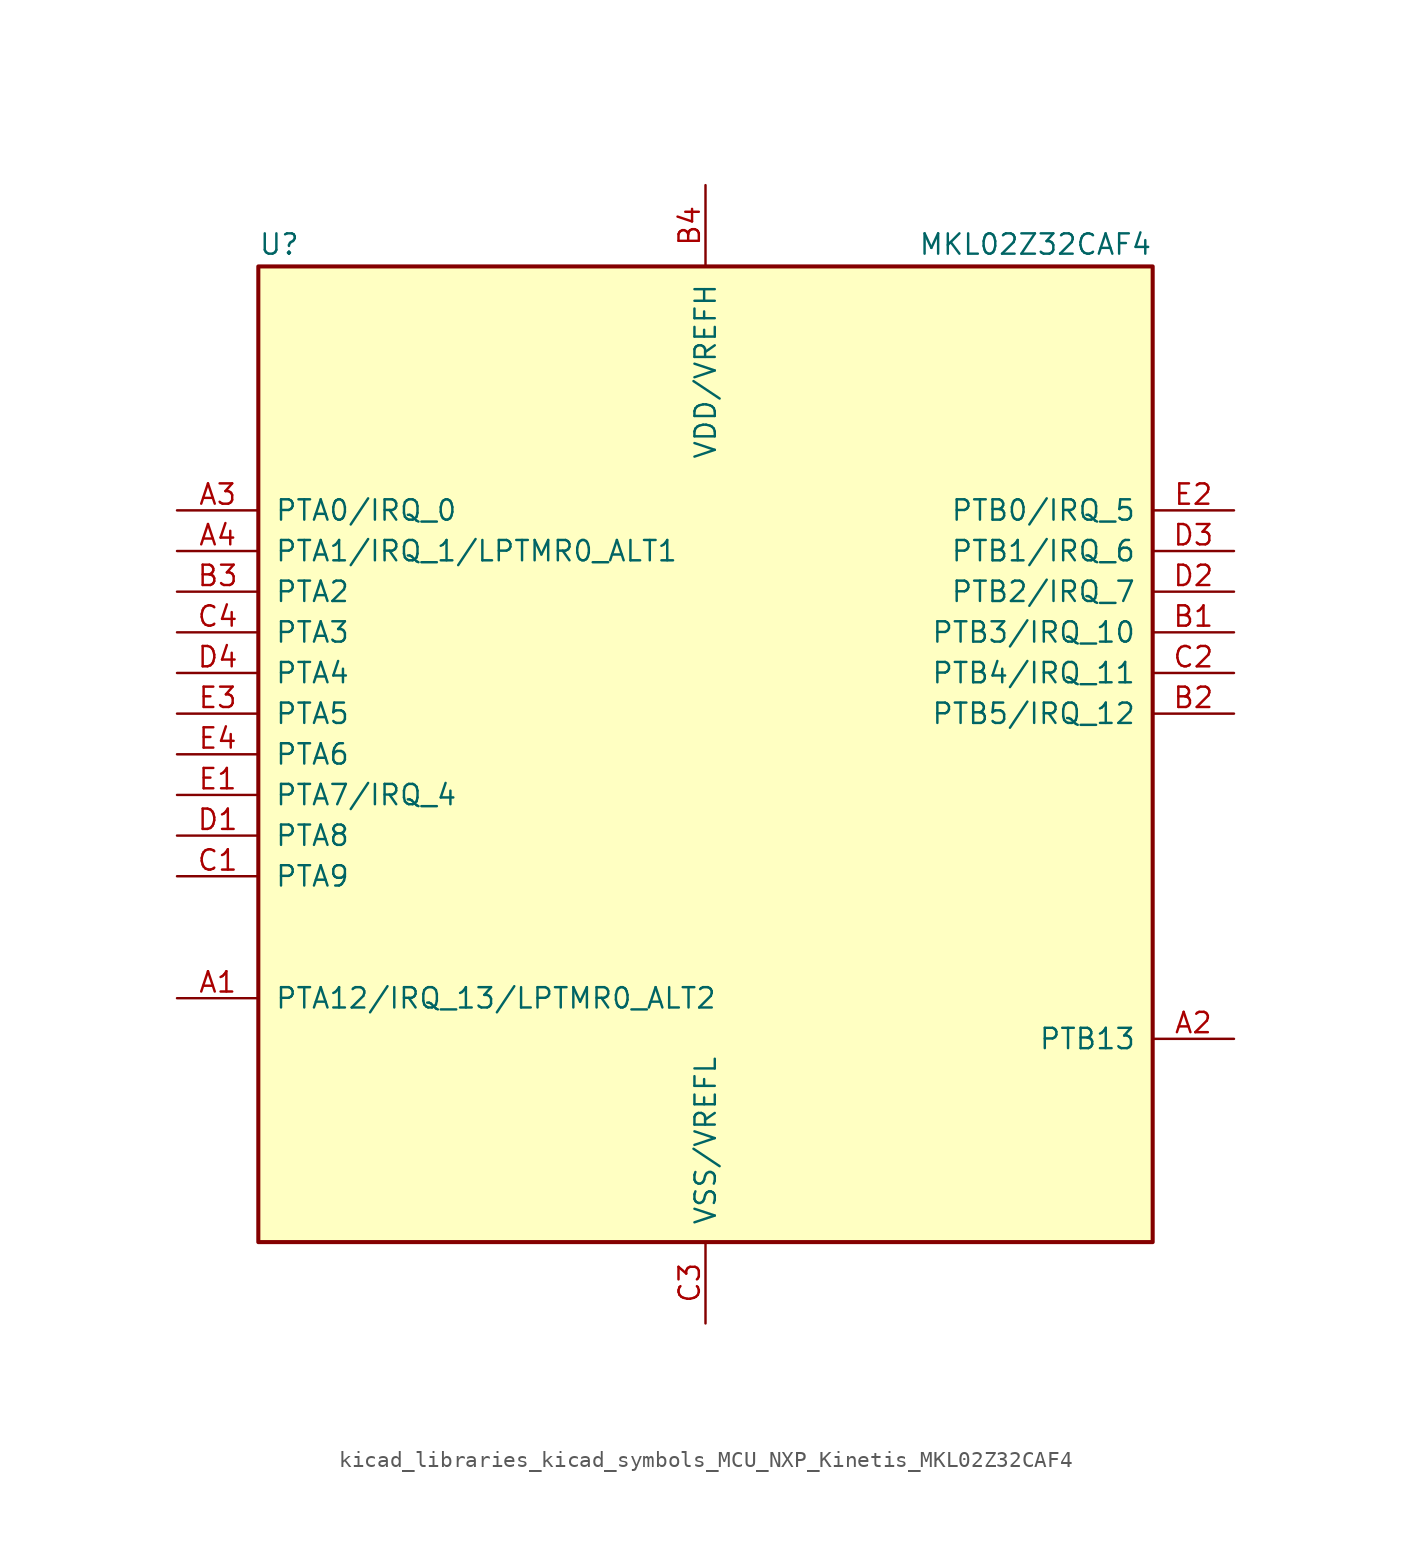
<source format=kicad_sym>
(kicad_symbol_lib
  (version 20220914)
  (generator kicad_symbol_editor)
  (symbol "kicad_libraries_kicad_symbols_MCU_NXP_Kinetis_MKL02Z32CAF4"
    (pin_names
      (offset 1.016))
    (property "Reference" "U"
      (at -27.94 31.115 0)
      (effects (font (size 1.27 1.27)) (justify left bottom)))
    (property "Value" "MKL02Z32CAF4"
      (at 27.94 31.115 0)
      (effects (font (size 1.27 1.27)) (justify right bottom)))
    (symbol "kicad_libraries_kicad_symbols_MCU_NXP_Kinetis_MKL02Z32CAF4_0_1"
      (rectangle (start -27.94 30.48) (end 27.94 -30.48) (stroke (width 0.254) (type default)) (fill (type background))))
    (symbol "kicad_libraries_kicad_symbols_MCU_NXP_Kinetis_MKL02Z32CAF4_1_1"
      (pin bidirectional line (at -33.02 -15.24 0) (length 5.08) (name "PTA12/IRQ_13/LPTMR0_ALT2" (effects (font (size 1.27 1.27)))) (number "A1" (effects (font (size 1.27 1.27)))))
      (pin bidirectional line (at 33.02 -17.78 180) (length 5.08) (name "PTB13" (effects (font (size 1.27 1.27)))) (number "A2" (effects (font (size 1.27 1.27)))))
      (pin bidirectional line (at -33.02 15.24 0) (length 5.08) (name "PTA0/IRQ_0" (effects (font (size 1.27 1.27)))) (number "A3" (effects (font (size 1.27 1.27)))))
      (pin bidirectional line (at -33.02 12.7 0) (length 5.08) (name "PTA1/IRQ_1/LPTMR0_ALT1" (effects (font (size 1.27 1.27)))) (number "A4" (effects (font (size 1.27 1.27)))))
      (pin bidirectional line (at 33.02 7.62 180) (length 5.08) (name "PTB3/IRQ_10" (effects (font (size 1.27 1.27)))) (number "B1" (effects (font (size 1.27 1.27)))))
      (pin bidirectional line (at 33.02 2.54 180) (length 5.08) (name "PTB5/IRQ_12" (effects (font (size 1.27 1.27)))) (number "B2" (effects (font (size 1.27 1.27)))))
      (pin bidirectional line (at -33.02 10.16 0) (length 5.08) (name "PTA2" (effects (font (size 1.27 1.27)))) (number "B3" (effects (font (size 1.27 1.27)))))
      (pin power_in line (at 0 35.56 270) (length 5.08) (name "VDD/VREFH" (effects (font (size 1.27 1.27)))) (number "B4" (effects (font (size 1.27 1.27)))))
      (pin bidirectional line (at -33.02 -7.62 0) (length 5.08) (name "PTA9" (effects (font (size 1.27 1.27)))) (number "C1" (effects (font (size 1.27 1.27)))))
      (pin bidirectional line (at 33.02 5.08 180) (length 5.08) (name "PTB4/IRQ_11" (effects (font (size 1.27 1.27)))) (number "C2" (effects (font (size 1.27 1.27)))))
      (pin power_in line (at 0 -35.56 90) (length 5.08) (name "VSS/VREFL" (effects (font (size 1.27 1.27)))) (number "C3" (effects (font (size 1.27 1.27)))))
      (pin bidirectional line (at -33.02 7.62 0) (length 5.08) (name "PTA3" (effects (font (size 1.27 1.27)))) (number "C4" (effects (font (size 1.27 1.27)))))
      (pin bidirectional line (at -33.02 -5.08 0) (length 5.08) (name "PTA8" (effects (font (size 1.27 1.27)))) (number "D1" (effects (font (size 1.27 1.27)))))
      (pin bidirectional line (at 33.02 10.16 180) (length 5.08) (name "PTB2/IRQ_7" (effects (font (size 1.27 1.27)))) (number "D2" (effects (font (size 1.27 1.27)))))
      (pin bidirectional line (at 33.02 12.7 180) (length 5.08) (name "PTB1/IRQ_6" (effects (font (size 1.27 1.27)))) (number "D3" (effects (font (size 1.27 1.27)))))
      (pin bidirectional line (at -33.02 5.08 0) (length 5.08) (name "PTA4" (effects (font (size 1.27 1.27)))) (number "D4" (effects (font (size 1.27 1.27)))))
      (pin bidirectional line (at -33.02 -2.54 0) (length 5.08) (name "PTA7/IRQ_4" (effects (font (size 1.27 1.27)))) (number "E1" (effects (font (size 1.27 1.27)))))
      (pin bidirectional line (at 33.02 15.24 180) (length 5.08) (name "PTB0/IRQ_5" (effects (font (size 1.27 1.27)))) (number "E2" (effects (font (size 1.27 1.27)))))
      (pin bidirectional line (at -33.02 2.54 0) (length 5.08) (name "PTA5" (effects (font (size 1.27 1.27)))) (number "E3" (effects (font (size 1.27 1.27)))))
      (pin bidirectional line (at -33.02 0 0) (length 5.08) (name "PTA6" (effects (font (size 1.27 1.27)))) (number "E4" (effects (font (size 1.27 1.27))))))))
</source>
